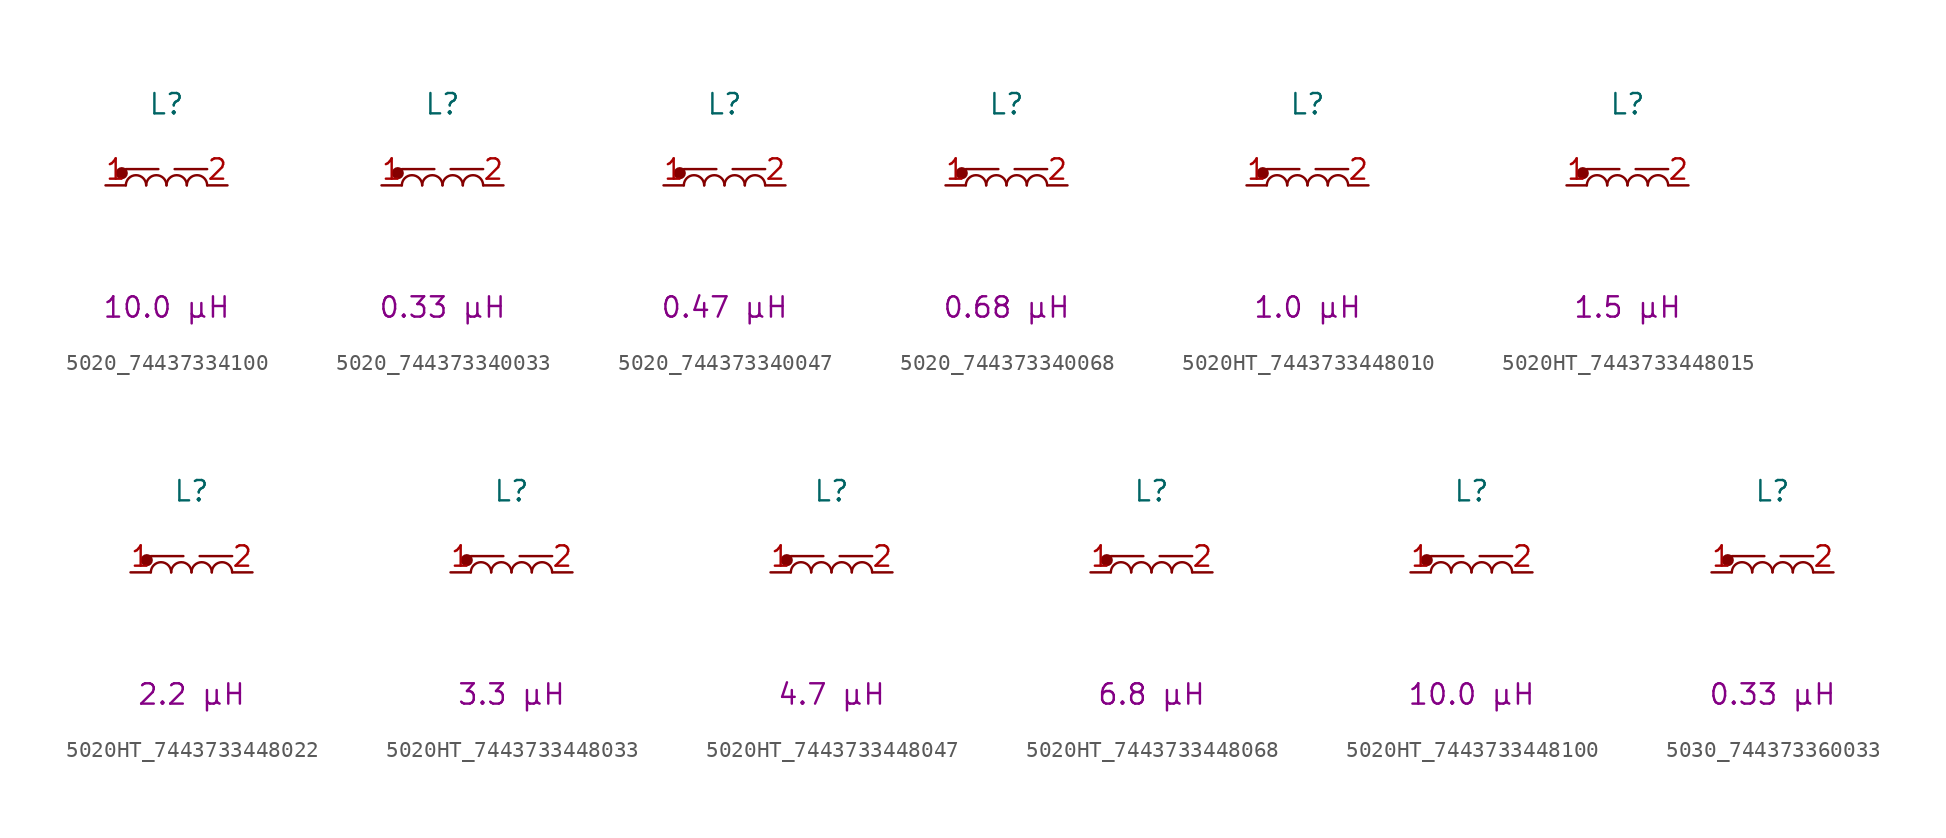
<source format=kicad_sym>
(kicad_symbol_lib
  (version 20220914)
  (generator kicad_symbol_editor)
  (symbol "5020_74437334100"
    (pin_names hide)
    (property "Reference" "L"
      (at 0 5.08 0)
      (effects (font (size 1.27 1.27))))
    (property "Critical Parameter" "10.0 µH"
      (at 0 -7.62 0)
      (effects (font (size 1.27 1.27))))
    (symbol "5020_74437334100_0_1"
      (arc (start -1.27 0) (mid -1.905 0.6323) (end -2.54 0) (stroke (width 0) (type default)) (fill (type none)))
      (arc (start 0 0) (mid -0.635 0.6323) (end -1.27 0) (stroke (width 0) (type default)) (fill (type none)))
      (polyline (pts (xy -2.54 1.016) (xy -0.508 1.016)) (stroke (width 0) (type default)) (fill (type none)))
      (arc (start 1.27 0) (mid 0.635 0.6323) (end 0 0) (stroke (width 0) (type default)) (fill (type none)))
      (arc (start 2.54 0) (mid 1.905 0.6323) (end 1.27 0) (stroke (width 0) (type default)) (fill (type none))))
    (symbol "5020_74437334100_1_1"
      (circle (center -2.794 0.762) (radius 0.0001) (stroke (width 0.381) (type default)) (fill (type none)))
      (polyline (pts (xy 2.54 1.016) (xy 0.508 1.016)) (stroke (width 0) (type default)) (fill (type none)))
      (pin passive line (at -3.81 0 0) (length 1.27) (name "1" (effects (font (size 1.27 1.27)))) (number "1" (effects (font (size 1.27 1.27)))))
      (pin passive line (at 3.81 0 180) (length 1.27) (name "2" (effects (font (size 1.27 1.27)))) (number "2" (effects (font (size 1.27 1.27)))))))
  (symbol "5020_744373340033"
    (pin_names hide)
    (property "Reference" "L"
      (at 0 5.08 0)
      (effects (font (size 1.27 1.27))))
    (property "Critical Parameter" "0.33 µH"
      (at 0 -7.62 0)
      (effects (font (size 1.27 1.27))))
    (symbol "5020_744373340033_0_1"
      (arc (start -1.27 0) (mid -1.905 0.6323) (end -2.54 0) (stroke (width 0) (type default)) (fill (type none)))
      (arc (start 0 0) (mid -0.635 0.6323) (end -1.27 0) (stroke (width 0) (type default)) (fill (type none)))
      (polyline (pts (xy -2.54 1.016) (xy -0.508 1.016)) (stroke (width 0) (type default)) (fill (type none)))
      (arc (start 1.27 0) (mid 0.635 0.6323) (end 0 0) (stroke (width 0) (type default)) (fill (type none)))
      (arc (start 2.54 0) (mid 1.905 0.6323) (end 1.27 0) (stroke (width 0) (type default)) (fill (type none))))
    (symbol "5020_744373340033_1_1"
      (circle (center -2.794 0.762) (radius 0.0001) (stroke (width 0.381) (type default)) (fill (type none)))
      (polyline (pts (xy 2.54 1.016) (xy 0.508 1.016)) (stroke (width 0) (type default)) (fill (type none)))
      (pin passive line (at -3.81 0 0) (length 1.27) (name "1" (effects (font (size 1.27 1.27)))) (number "1" (effects (font (size 1.27 1.27)))))
      (pin passive line (at 3.81 0 180) (length 1.27) (name "2" (effects (font (size 1.27 1.27)))) (number "2" (effects (font (size 1.27 1.27)))))))
  (symbol "5020_744373340047"
    (pin_names hide)
    (property "Reference" "L"
      (at 0 5.08 0)
      (effects (font (size 1.27 1.27))))
    (property "Critical Parameter" "0.47 µH"
      (at 0 -7.62 0)
      (effects (font (size 1.27 1.27))))
    (symbol "5020_744373340047_0_1"
      (arc (start -1.27 0) (mid -1.905 0.6323) (end -2.54 0) (stroke (width 0) (type default)) (fill (type none)))
      (arc (start 0 0) (mid -0.635 0.6323) (end -1.27 0) (stroke (width 0) (type default)) (fill (type none)))
      (polyline (pts (xy -2.54 1.016) (xy -0.508 1.016)) (stroke (width 0) (type default)) (fill (type none)))
      (arc (start 1.27 0) (mid 0.635 0.6323) (end 0 0) (stroke (width 0) (type default)) (fill (type none)))
      (arc (start 2.54 0) (mid 1.905 0.6323) (end 1.27 0) (stroke (width 0) (type default)) (fill (type none))))
    (symbol "5020_744373340047_1_1"
      (circle (center -2.794 0.762) (radius 0.0001) (stroke (width 0.381) (type default)) (fill (type none)))
      (polyline (pts (xy 2.54 1.016) (xy 0.508 1.016)) (stroke (width 0) (type default)) (fill (type none)))
      (pin passive line (at -3.81 0 0) (length 1.27) (name "1" (effects (font (size 1.27 1.27)))) (number "1" (effects (font (size 1.27 1.27)))))
      (pin passive line (at 3.81 0 180) (length 1.27) (name "2" (effects (font (size 1.27 1.27)))) (number "2" (effects (font (size 1.27 1.27)))))))
  (symbol "5020_744373340068"
    (pin_names hide)
    (property "Reference" "L"
      (at 0 5.08 0)
      (effects (font (size 1.27 1.27))))
    (property "Critical Parameter" "0.68 µH"
      (at 0 -7.62 0)
      (effects (font (size 1.27 1.27))))
    (symbol "5020_744373340068_0_1"
      (arc (start -1.27 0) (mid -1.905 0.6323) (end -2.54 0) (stroke (width 0) (type default)) (fill (type none)))
      (arc (start 0 0) (mid -0.635 0.6323) (end -1.27 0) (stroke (width 0) (type default)) (fill (type none)))
      (polyline (pts (xy -2.54 1.016) (xy -0.508 1.016)) (stroke (width 0) (type default)) (fill (type none)))
      (arc (start 1.27 0) (mid 0.635 0.6323) (end 0 0) (stroke (width 0) (type default)) (fill (type none)))
      (arc (start 2.54 0) (mid 1.905 0.6323) (end 1.27 0) (stroke (width 0) (type default)) (fill (type none))))
    (symbol "5020_744373340068_1_1"
      (circle (center -2.794 0.762) (radius 0.0001) (stroke (width 0.381) (type default)) (fill (type none)))
      (polyline (pts (xy 2.54 1.016) (xy 0.508 1.016)) (stroke (width 0) (type default)) (fill (type none)))
      (pin passive line (at -3.81 0 0) (length 1.27) (name "1" (effects (font (size 1.27 1.27)))) (number "1" (effects (font (size 1.27 1.27)))))
      (pin passive line (at 3.81 0 180) (length 1.27) (name "2" (effects (font (size 1.27 1.27)))) (number "2" (effects (font (size 1.27 1.27)))))))
  (symbol "5020HT_7443733448010"
    (pin_names hide)
    (property "Reference" "L"
      (at 0 5.08 0)
      (effects (font (size 1.27 1.27))))
    (property "Critical Parameter" "1.0 µH"
      (at 0 -7.62 0)
      (effects (font (size 1.27 1.27))))
    (symbol "5020HT_7443733448010_0_1"
      (arc (start -1.27 0) (mid -1.905 0.6323) (end -2.54 0) (stroke (width 0) (type default)) (fill (type none)))
      (arc (start 0 0) (mid -0.635 0.6323) (end -1.27 0) (stroke (width 0) (type default)) (fill (type none)))
      (polyline (pts (xy -2.54 1.016) (xy -0.508 1.016)) (stroke (width 0) (type default)) (fill (type none)))
      (arc (start 1.27 0) (mid 0.635 0.6323) (end 0 0) (stroke (width 0) (type default)) (fill (type none)))
      (arc (start 2.54 0) (mid 1.905 0.6323) (end 1.27 0) (stroke (width 0) (type default)) (fill (type none))))
    (symbol "5020HT_7443733448010_1_1"
      (circle (center -2.794 0.762) (radius 0.0001) (stroke (width 0.381) (type default)) (fill (type none)))
      (polyline (pts (xy 2.54 1.016) (xy 0.508 1.016)) (stroke (width 0) (type default)) (fill (type none)))
      (pin passive line (at -3.81 0 0) (length 1.27) (name "1" (effects (font (size 1.27 1.27)))) (number "1" (effects (font (size 1.27 1.27)))))
      (pin passive line (at 3.81 0 180) (length 1.27) (name "2" (effects (font (size 1.27 1.27)))) (number "2" (effects (font (size 1.27 1.27)))))))
  (symbol "5020HT_7443733448015"
    (pin_names hide)
    (property "Reference" "L"
      (at 0 5.08 0)
      (effects (font (size 1.27 1.27))))
    (property "Critical Parameter" "1.5 µH"
      (at 0 -7.62 0)
      (effects (font (size 1.27 1.27))))
    (symbol "5020HT_7443733448015_0_1"
      (arc (start -1.27 0) (mid -1.905 0.6323) (end -2.54 0) (stroke (width 0) (type default)) (fill (type none)))
      (arc (start 0 0) (mid -0.635 0.6323) (end -1.27 0) (stroke (width 0) (type default)) (fill (type none)))
      (polyline (pts (xy -2.54 1.016) (xy -0.508 1.016)) (stroke (width 0) (type default)) (fill (type none)))
      (arc (start 1.27 0) (mid 0.635 0.6323) (end 0 0) (stroke (width 0) (type default)) (fill (type none)))
      (arc (start 2.54 0) (mid 1.905 0.6323) (end 1.27 0) (stroke (width 0) (type default)) (fill (type none))))
    (symbol "5020HT_7443733448015_1_1"
      (circle (center -2.794 0.762) (radius 0.0001) (stroke (width 0.381) (type default)) (fill (type none)))
      (polyline (pts (xy 2.54 1.016) (xy 0.508 1.016)) (stroke (width 0) (type default)) (fill (type none)))
      (pin passive line (at -3.81 0 0) (length 1.27) (name "1" (effects (font (size 1.27 1.27)))) (number "1" (effects (font (size 1.27 1.27)))))
      (pin passive line (at 3.81 0 180) (length 1.27) (name "2" (effects (font (size 1.27 1.27)))) (number "2" (effects (font (size 1.27 1.27)))))))
  (symbol "5020HT_7443733448022"
    (pin_names hide)
    (property "Reference" "L"
      (at 0 5.08 0)
      (effects (font (size 1.27 1.27))))
    (property "Critical Parameter" "2.2 µH"
      (at 0 -7.62 0)
      (effects (font (size 1.27 1.27))))
    (symbol "5020HT_7443733448022_0_1"
      (arc (start -1.27 0) (mid -1.905 0.6323) (end -2.54 0) (stroke (width 0) (type default)) (fill (type none)))
      (arc (start 0 0) (mid -0.635 0.6323) (end -1.27 0) (stroke (width 0) (type default)) (fill (type none)))
      (polyline (pts (xy -2.54 1.016) (xy -0.508 1.016)) (stroke (width 0) (type default)) (fill (type none)))
      (arc (start 1.27 0) (mid 0.635 0.6323) (end 0 0) (stroke (width 0) (type default)) (fill (type none)))
      (arc (start 2.54 0) (mid 1.905 0.6323) (end 1.27 0) (stroke (width 0) (type default)) (fill (type none))))
    (symbol "5020HT_7443733448022_1_1"
      (circle (center -2.794 0.762) (radius 0.0001) (stroke (width 0.381) (type default)) (fill (type none)))
      (polyline (pts (xy 2.54 1.016) (xy 0.508 1.016)) (stroke (width 0) (type default)) (fill (type none)))
      (pin passive line (at -3.81 0 0) (length 1.27) (name "1" (effects (font (size 1.27 1.27)))) (number "1" (effects (font (size 1.27 1.27)))))
      (pin passive line (at 3.81 0 180) (length 1.27) (name "2" (effects (font (size 1.27 1.27)))) (number "2" (effects (font (size 1.27 1.27)))))))
  (symbol "5020HT_7443733448033"
    (pin_names hide)
    (property "Reference" "L"
      (at 0 5.08 0)
      (effects (font (size 1.27 1.27))))
    (property "Critical Parameter" "3.3 µH"
      (at 0 -7.62 0)
      (effects (font (size 1.27 1.27))))
    (symbol "5020HT_7443733448033_0_1"
      (arc (start -1.27 0) (mid -1.905 0.6323) (end -2.54 0) (stroke (width 0) (type default)) (fill (type none)))
      (arc (start 0 0) (mid -0.635 0.6323) (end -1.27 0) (stroke (width 0) (type default)) (fill (type none)))
      (polyline (pts (xy -2.54 1.016) (xy -0.508 1.016)) (stroke (width 0) (type default)) (fill (type none)))
      (arc (start 1.27 0) (mid 0.635 0.6323) (end 0 0) (stroke (width 0) (type default)) (fill (type none)))
      (arc (start 2.54 0) (mid 1.905 0.6323) (end 1.27 0) (stroke (width 0) (type default)) (fill (type none))))
    (symbol "5020HT_7443733448033_1_1"
      (circle (center -2.794 0.762) (radius 0.0001) (stroke (width 0.381) (type default)) (fill (type none)))
      (polyline (pts (xy 2.54 1.016) (xy 0.508 1.016)) (stroke (width 0) (type default)) (fill (type none)))
      (pin passive line (at -3.81 0 0) (length 1.27) (name "1" (effects (font (size 1.27 1.27)))) (number "1" (effects (font (size 1.27 1.27)))))
      (pin passive line (at 3.81 0 180) (length 1.27) (name "2" (effects (font (size 1.27 1.27)))) (number "2" (effects (font (size 1.27 1.27)))))))
  (symbol "5020HT_7443733448047"
    (pin_names hide)
    (property "Reference" "L"
      (at 0 5.08 0)
      (effects (font (size 1.27 1.27))))
    (property "Critical Parameter" "4.7 µH"
      (at 0 -7.62 0)
      (effects (font (size 1.27 1.27))))
    (symbol "5020HT_7443733448047_0_1"
      (arc (start -1.27 0) (mid -1.905 0.6323) (end -2.54 0) (stroke (width 0) (type default)) (fill (type none)))
      (arc (start 0 0) (mid -0.635 0.6323) (end -1.27 0) (stroke (width 0) (type default)) (fill (type none)))
      (polyline (pts (xy -2.54 1.016) (xy -0.508 1.016)) (stroke (width 0) (type default)) (fill (type none)))
      (arc (start 1.27 0) (mid 0.635 0.6323) (end 0 0) (stroke (width 0) (type default)) (fill (type none)))
      (arc (start 2.54 0) (mid 1.905 0.6323) (end 1.27 0) (stroke (width 0) (type default)) (fill (type none))))
    (symbol "5020HT_7443733448047_1_1"
      (circle (center -2.794 0.762) (radius 0.0001) (stroke (width 0.381) (type default)) (fill (type none)))
      (polyline (pts (xy 2.54 1.016) (xy 0.508 1.016)) (stroke (width 0) (type default)) (fill (type none)))
      (pin passive line (at -3.81 0 0) (length 1.27) (name "1" (effects (font (size 1.27 1.27)))) (number "1" (effects (font (size 1.27 1.27)))))
      (pin passive line (at 3.81 0 180) (length 1.27) (name "2" (effects (font (size 1.27 1.27)))) (number "2" (effects (font (size 1.27 1.27)))))))
  (symbol "5020HT_7443733448068"
    (pin_names hide)
    (property "Reference" "L"
      (at 0 5.08 0)
      (effects (font (size 1.27 1.27))))
    (property "Critical Parameter" "6.8 µH"
      (at 0 -7.62 0)
      (effects (font (size 1.27 1.27))))
    (symbol "5020HT_7443733448068_0_1"
      (arc (start -1.27 0) (mid -1.905 0.6323) (end -2.54 0) (stroke (width 0) (type default)) (fill (type none)))
      (arc (start 0 0) (mid -0.635 0.6323) (end -1.27 0) (stroke (width 0) (type default)) (fill (type none)))
      (polyline (pts (xy -2.54 1.016) (xy -0.508 1.016)) (stroke (width 0) (type default)) (fill (type none)))
      (arc (start 1.27 0) (mid 0.635 0.6323) (end 0 0) (stroke (width 0) (type default)) (fill (type none)))
      (arc (start 2.54 0) (mid 1.905 0.6323) (end 1.27 0) (stroke (width 0) (type default)) (fill (type none))))
    (symbol "5020HT_7443733448068_1_1"
      (circle (center -2.794 0.762) (radius 0.0001) (stroke (width 0.381) (type default)) (fill (type none)))
      (polyline (pts (xy 2.54 1.016) (xy 0.508 1.016)) (stroke (width 0) (type default)) (fill (type none)))
      (pin passive line (at -3.81 0 0) (length 1.27) (name "1" (effects (font (size 1.27 1.27)))) (number "1" (effects (font (size 1.27 1.27)))))
      (pin passive line (at 3.81 0 180) (length 1.27) (name "2" (effects (font (size 1.27 1.27)))) (number "2" (effects (font (size 1.27 1.27)))))))
  (symbol "5020HT_7443733448100"
    (pin_names hide)
    (property "Reference" "L"
      (at 0 5.08 0)
      (effects (font (size 1.27 1.27))))
    (property "Critical Parameter" "10.0 µH"
      (at 0 -7.62 0)
      (effects (font (size 1.27 1.27))))
    (symbol "5020HT_7443733448100_0_1"
      (arc (start -1.27 0) (mid -1.905 0.6323) (end -2.54 0) (stroke (width 0) (type default)) (fill (type none)))
      (arc (start 0 0) (mid -0.635 0.6323) (end -1.27 0) (stroke (width 0) (type default)) (fill (type none)))
      (polyline (pts (xy -2.54 1.016) (xy -0.508 1.016)) (stroke (width 0) (type default)) (fill (type none)))
      (arc (start 1.27 0) (mid 0.635 0.6323) (end 0 0) (stroke (width 0) (type default)) (fill (type none)))
      (arc (start 2.54 0) (mid 1.905 0.6323) (end 1.27 0) (stroke (width 0) (type default)) (fill (type none))))
    (symbol "5020HT_7443733448100_1_1"
      (circle (center -2.794 0.762) (radius 0.0001) (stroke (width 0.381) (type default)) (fill (type none)))
      (polyline (pts (xy 2.54 1.016) (xy 0.508 1.016)) (stroke (width 0) (type default)) (fill (type none)))
      (pin passive line (at -3.81 0 0) (length 1.27) (name "1" (effects (font (size 1.27 1.27)))) (number "1" (effects (font (size 1.27 1.27)))))
      (pin passive line (at 3.81 0 180) (length 1.27) (name "2" (effects (font (size 1.27 1.27)))) (number "2" (effects (font (size 1.27 1.27)))))))
  (symbol "5030_744373360033"
    (pin_names hide)
    (property "Reference" "L"
      (at 0 5.08 0)
      (effects (font (size 1.27 1.27))))
    (property "Critical Parameter" "0.33 µH"
      (at 0 -7.62 0)
      (effects (font (size 1.27 1.27))))
    (symbol "5030_744373360033_0_1"
      (arc (start -1.27 0) (mid -1.905 0.6323) (end -2.54 0) (stroke (width 0) (type default)) (fill (type none)))
      (arc (start 0 0) (mid -0.635 0.6323) (end -1.27 0) (stroke (width 0) (type default)) (fill (type none)))
      (polyline (pts (xy -2.54 1.016) (xy -0.508 1.016)) (stroke (width 0) (type default)) (fill (type none)))
      (arc (start 1.27 0) (mid 0.635 0.6323) (end 0 0) (stroke (width 0) (type default)) (fill (type none)))
      (arc (start 2.54 0) (mid 1.905 0.6323) (end 1.27 0) (stroke (width 0) (type default)) (fill (type none))))
    (symbol "5030_744373360033_1_1"
      (circle (center -2.794 0.762) (radius 0.0001) (stroke (width 0.381) (type default)) (fill (type none)))
      (polyline (pts (xy 2.54 1.016) (xy 0.508 1.016)) (stroke (width 0) (type default)) (fill (type none)))
      (pin passive line (at -3.81 0 0) (length 1.27) (name "1" (effects (font (size 1.27 1.27)))) (number "1" (effects (font (size 1.27 1.27)))))
      (pin passive line (at 3.81 0 180) (length 1.27) (name "2" (effects (font (size 1.27 1.27)))) (number "2" (effects (font (size 1.27 1.27))))))))
</source>
